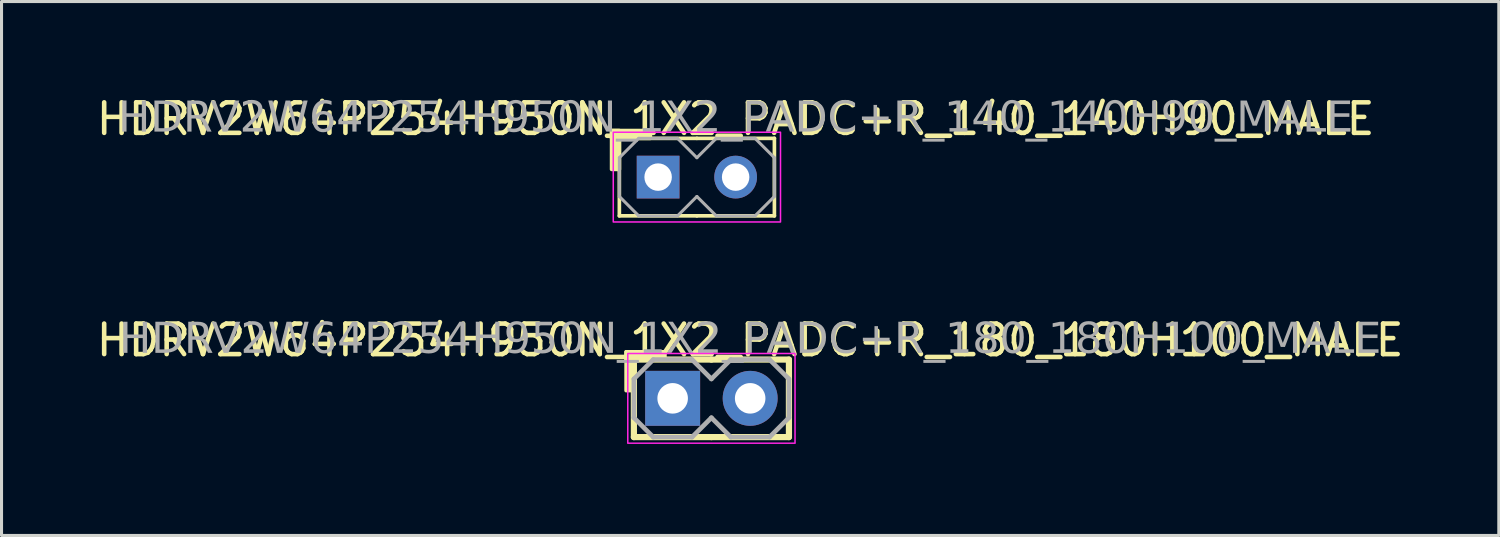
<source format=kicad_pcb>
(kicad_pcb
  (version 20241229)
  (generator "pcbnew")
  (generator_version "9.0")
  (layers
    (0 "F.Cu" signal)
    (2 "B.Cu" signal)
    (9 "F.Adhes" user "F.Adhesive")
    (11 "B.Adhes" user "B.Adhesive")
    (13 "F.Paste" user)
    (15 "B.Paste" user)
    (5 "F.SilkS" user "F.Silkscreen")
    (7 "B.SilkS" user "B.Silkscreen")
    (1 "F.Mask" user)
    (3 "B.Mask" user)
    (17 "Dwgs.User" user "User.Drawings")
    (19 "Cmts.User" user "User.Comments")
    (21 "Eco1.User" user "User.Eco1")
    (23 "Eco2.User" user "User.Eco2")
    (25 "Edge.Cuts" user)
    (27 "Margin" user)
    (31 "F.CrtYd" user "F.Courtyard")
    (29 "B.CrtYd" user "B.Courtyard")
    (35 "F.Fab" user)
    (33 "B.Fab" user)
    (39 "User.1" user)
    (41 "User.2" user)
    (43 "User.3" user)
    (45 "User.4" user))
  (footprint "HDRV2W64P254H950N_1X2_PADC+R_140_140H90_MALE"
    (layer "F.Cu")
    (at 19.784 2.753)
    (property "Reference" "HDRV2W64P254H950N_1X2_PADC+R_140_140H90_MALE" (at 1.27 -1.905 0) (layer "F.SilkS") (effects (font (size 1 1) (thickness 0.15))))
    (attr through_hole)
    (fp_line (start -2.54 1.27) (end -2.54 -1.27) (stroke (width 0.12) (type solid)) (layer "F.SilkS"))
    (fp_line (start 0 -1.27) (end -2.54 -1.27) (stroke (width 0.12) (type solid)) (layer "F.SilkS"))
    (fp_line (start 0 1.27) (end -2.54 1.27) (stroke (width 0.12) (type solid)) (layer "F.SilkS"))
    (fp_line (start 2.54 -1.27) (end 0 -1.27) (stroke (width 0.12) (type solid)) (layer "F.SilkS"))
    (fp_line (start 2.54 1.27) (end 0 1.27) (stroke (width 0.12) (type solid)) (layer "F.SilkS"))
    (fp_line (start 2.54 1.27) (end 2.54 -1.27) (stroke (width 0.12) (type solid)) (layer "F.SilkS"))
    (fp_rect (start -2.794 -0.254) (end -2.54 -1.524) (stroke (width 0.12) (type solid)) (fill yes) (layer "F.SilkS"))
    (fp_rect (start -1.524 -1.27) (end -2.794 -1.524) (stroke (width 0.12) (type solid)) (fill yes) (layer "F.SilkS"))
    (fp_rect (start -2.74 -1.47) (end 2.74 1.47) (stroke (width 0.05) (type default)) (fill no) (layer "F.CrtYd"))
    (fp_line (start -2.54 -0.635) (end -2.54 0.635) (stroke (width 0.1) (type solid)) (layer "F.Fab"))
    (fp_line (start -2.54 -0.635) (end -1.905 -1.27) (stroke (width 0.1) (type solid)) (layer "F.Fab"))
    (fp_line (start -1.905 -1.27) (end -0.635 -1.27) (stroke (width 0.1) (type solid)) (layer "F.Fab"))
    (fp_line (start -1.905 1.27) (end -2.54 0.635) (stroke (width 0.1) (type solid)) (layer "F.Fab"))
    (fp_line (start -0.635 -1.27) (end 0 -0.635) (stroke (width 0.1) (type solid)) (layer "F.Fab"))
    (fp_line (start -0.635 1.27) (end -1.905 1.27) (stroke (width 0.1) (type solid)) (layer "F.Fab"))
    (fp_line (start 0 -0.635) (end 0.635 -1.27) (stroke (width 0.1) (type solid)) (layer "F.Fab"))
    (fp_line (start 0 0.635) (end -0.635 1.27) (stroke (width 0.1) (type solid)) (layer "F.Fab"))
    (fp_line (start 0.635 -1.27) (end 1.905 -1.27) (stroke (width 0.1) (type solid)) (layer "F.Fab"))
    (fp_line (start 0.635 1.27) (end 0 0.635) (stroke (width 0.1) (type solid)) (layer "F.Fab"))
    (fp_line (start 1.905 -1.27) (end 2.54 -0.635) (stroke (width 0.1) (type solid)) (layer "F.Fab"))
    (fp_line (start 1.905 1.27) (end 0.635 1.27) (stroke (width 0.1) (type solid)) (layer "F.Fab"))
    (fp_line (start 2.54 -0.635) (end 2.54 0.635) (stroke (width 0.1) (type solid)) (layer "F.Fab"))
    (fp_line (start 2.54 0.635) (end 1.905 1.27) (stroke (width 0.1) (type solid)) (layer "F.Fab"))
    (fp_rect (start -1.016 -0.254) (end -1.524 0.254) (stroke (width 0.1) (type solid)) (fill no) (layer "F.Fab"))
    (fp_rect (start 1.524 -0.254) (end 1.016 0.254) (stroke (width 0.1) (type solid)) (fill no) (layer "F.Fab"))
    (fp_text user "${REFERENCE}" (at 1.27 -1.905 0) (layer "F.Fab") (effects (font (face "Tahoma") (size 1 1) (thickness 0.15))))
    (pad "1" thru_hole rect (at -1.27 0) (size 1.4 1.4) (drill 0.9) (layers "*.Cu" "*.Mask"))
    (pad "2" thru_hole circle (at 1.27 0) (size 1.4 1.4) (drill 0.9) (layers "*.Cu" "*.Mask")))
  (footprint "HDRV2W64P254H950N_1X2_PADC+R_180_180H100_MALE"
    (layer "F.Cu")
    (at 20.26 10.002)
    (property "Reference" "HDRV2W64P254H950N_1X2_PADC+R_180_180H100_MALE" (at 1.27 -1.905 0) (layer "F.SilkS") (effects (font (size 1 1) (thickness 0.15))))
    (attr through_hole)
    (fp_line (start -2.54 1.27) (end -2.54 -1.27) (stroke (width 0.203) (type solid)) (layer "F.SilkS"))
    (fp_line (start 0 -1.27) (end -2.54 -1.27) (stroke (width 0.203) (type solid)) (layer "F.SilkS"))
    (fp_line (start 0 1.27) (end -2.54 1.27) (stroke (width 0.203) (type solid)) (layer "F.SilkS"))
    (fp_line (start 2.54 -1.27) (end 0 -1.27) (stroke (width 0.203) (type solid)) (layer "F.SilkS"))
    (fp_line (start 2.54 1.27) (end 0 1.27) (stroke (width 0.203) (type solid)) (layer "F.SilkS"))
    (fp_line (start 2.54 1.27) (end 2.54 -1.27) (stroke (width 0.203) (type solid)) (layer "F.SilkS"))
    (fp_rect (start -2.794 -0.254) (end -2.54 -1.524) (stroke (width 0.12) (type solid)) (fill yes) (layer "F.SilkS"))
    (fp_rect (start -1.524 -1.27) (end -2.794 -1.524) (stroke (width 0.12) (type solid)) (fill yes) (layer "F.SilkS"))
    (fp_rect (start -2.74 -1.47) (end 2.74 1.47) (stroke (width 0.05) (type default)) (fill no) (layer "F.CrtYd"))
    (fp_line (start -2.54 -0.635) (end -2.54 0.635) (stroke (width 0.152) (type solid)) (layer "F.Fab"))
    (fp_line (start -2.54 -0.635) (end -1.905 -1.27) (stroke (width 0.152) (type solid)) (layer "F.Fab"))
    (fp_line (start -1.905 -1.27) (end -0.635 -1.27) (stroke (width 0.152) (type solid)) (layer "F.Fab"))
    (fp_line (start -1.905 1.27) (end -2.54 0.635) (stroke (width 0.152) (type solid)) (layer "F.Fab"))
    (fp_line (start -0.635 -1.27) (end 0 -0.635) (stroke (width 0.152) (type solid)) (layer "F.Fab"))
    (fp_line (start -0.635 1.27) (end -1.905 1.27) (stroke (width 0.152) (type solid)) (layer "F.Fab"))
    (fp_line (start 0 -0.635) (end 0.635 -1.27) (stroke (width 0.152) (type solid)) (layer "F.Fab"))
    (fp_line (start 0 0.635) (end -0.635 1.27) (stroke (width 0.152) (type solid)) (layer "F.Fab"))
    (fp_line (start 0.635 -1.27) (end 1.905 -1.27) (stroke (width 0.152) (type solid)) (layer "F.Fab"))
    (fp_line (start 0.635 1.27) (end 0 0.635) (stroke (width 0.152) (type solid)) (layer "F.Fab"))
    (fp_line (start 1.905 -1.27) (end 2.54 -0.635) (stroke (width 0.152) (type solid)) (layer "F.Fab"))
    (fp_line (start 1.905 1.27) (end 0.635 1.27) (stroke (width 0.152) (type solid)) (layer "F.Fab"))
    (fp_line (start 2.54 -0.635) (end 2.54 0.635) (stroke (width 0.152) (type solid)) (layer "F.Fab"))
    (fp_line (start 2.54 0.635) (end 1.905 1.27) (stroke (width 0.152) (type solid)) (layer "F.Fab"))
    (fp_rect (start -1.016 -0.254) (end -1.524 0.254) (stroke (width 0.152) (type solid)) (fill no) (layer "F.Fab"))
    (fp_rect (start 1.524 -0.254) (end 1.016 0.254) (stroke (width 0.152) (type solid)) (fill no) (layer "F.Fab"))
    (fp_text user "${REFERENCE}" (at 1.27 -1.905 0) (layer "F.Fab") (effects (font (face "Tahoma") (size 1 1) (thickness 0.15))))
    (pad "1" thru_hole rect (at -1.27 0) (size 1.8 1.8) (drill 1) (layers "*.Cu" "*.Mask"))
    (pad "2" thru_hole circle (at 1.27 0) (size 1.8 1.8) (drill 1) (layers "*.Cu" "*.Mask")))
  (gr_rect
    (start -3 -3)
    (end 46.06 14.496)
    (stroke (width 0.1) (type default))
    (fill no)
    (layer "Edge.Cuts")))
</source>
